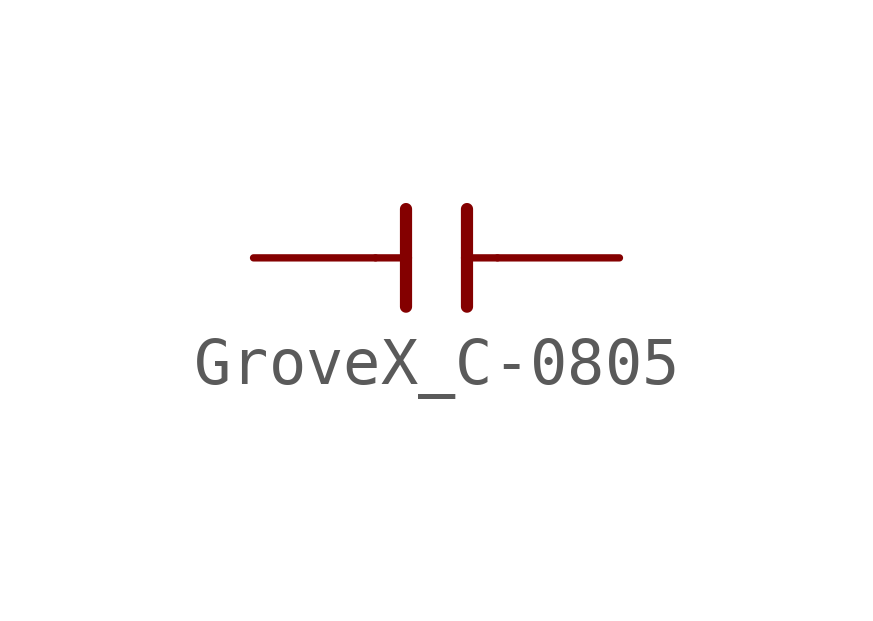
<source format=kicad_sym>
(kicad_symbol_lib
  (version 20231120)
  (generator "kicad_symbol_editor")
  (generator_version "8.0")
  (symbol "GroveX_C-0805"
    (property "Reference" "C"
      (at -2.54 0 0)
      (effects (font (size 0.635 0.54)) (justify left bottom) (hide yes)))
    (property "ki_locked" ""
      (at 0 0 0)
      (effects (font (size 1.27 1.27))))
    (symbol "GroveX_C-0805_1_0"
      (polyline (pts (xy -1.27 0) (xy -0.635 0)) (stroke (width 0.152) (type solid)) (fill (type none)))
      (polyline (pts (xy -0.635 -1.016) (xy -0.635 0)) (stroke (width 0.254) (type solid)) (fill (type none)))
      (polyline (pts (xy -0.635 0) (xy -0.635 1.016)) (stroke (width 0.254) (type solid)) (fill (type none)))
      (polyline (pts (xy 0.635 0) (xy 0.635 -1.016)) (stroke (width 0.254) (type solid)) (fill (type none)))
      (polyline (pts (xy 0.635 0) (xy 1.27 0)) (stroke (width 0.152) (type solid)) (fill (type none)))
      (polyline (pts (xy 0.635 1.016) (xy 0.635 0)) (stroke (width 0.254) (type solid)) (fill (type none)))
      (pin passive line (at -3.81 0 0) (length 2.54) (name "1" (effects (font (size 0 0)))) (number "1" (effects (font (size 0 0)))))
      (pin passive line (at 3.81 0 180) (length 2.54) (name "2" (effects (font (size 0 0)))) (number "2" (effects (font (size 0 0))))))))
</source>
